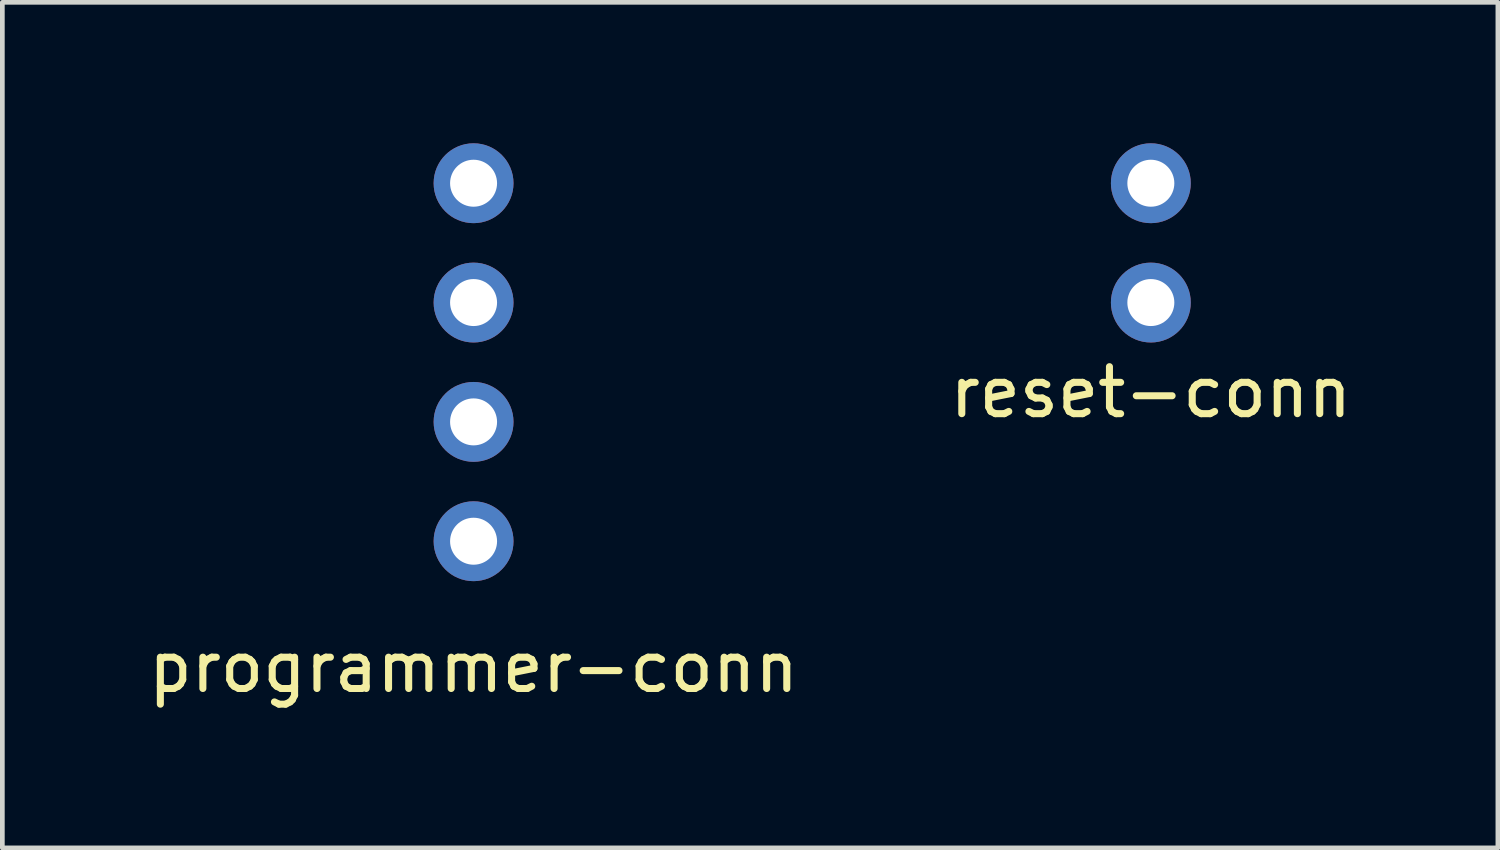
<source format=kicad_pcb>
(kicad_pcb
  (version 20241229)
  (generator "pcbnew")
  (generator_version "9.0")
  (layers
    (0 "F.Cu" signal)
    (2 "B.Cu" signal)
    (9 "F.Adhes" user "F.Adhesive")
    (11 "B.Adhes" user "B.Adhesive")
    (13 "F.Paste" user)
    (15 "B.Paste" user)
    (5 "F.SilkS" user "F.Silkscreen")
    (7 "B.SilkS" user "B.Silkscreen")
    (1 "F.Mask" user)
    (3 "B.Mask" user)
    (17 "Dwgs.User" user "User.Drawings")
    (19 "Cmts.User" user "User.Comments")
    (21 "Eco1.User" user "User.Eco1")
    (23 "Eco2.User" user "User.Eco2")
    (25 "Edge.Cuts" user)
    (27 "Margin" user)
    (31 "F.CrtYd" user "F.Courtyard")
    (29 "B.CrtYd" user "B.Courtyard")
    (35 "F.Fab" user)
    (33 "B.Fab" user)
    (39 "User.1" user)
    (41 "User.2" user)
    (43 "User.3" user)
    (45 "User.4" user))
  (footprint "reset-conn"
    (layer "F.Cu")
    (at 21.446 0.85)
    (property "Reference" "reset-conn" (at 0 4.45 0) (layer "F.SilkS") (effects (font (size 1 1) (thickness 0.15))))
    (attr through_hole)
    (pad "1" thru_hole circle (at 0 0) (size 1.7 1.7) (drill 1) (layers "*.Cu" "*.Mask"))
    (pad "2" thru_hole oval (at 0 2.54) (size 1.7 1.7) (drill 1) (layers "*.Cu" "*.Mask")))
  (footprint "programmer-conn"
    (layer "F.Cu")
    (at 7.03 0.85)
    (property "Reference" "programmer-conn" (at 0 10.3 0) (layer "F.SilkS") (effects (font (size 1 1) (thickness 0.15))))
    (attr through_hole)
    (pad "1" thru_hole circle (at 0 0) (size 1.7 1.7) (drill 1) (layers "*.Cu" "*.Mask"))
    (pad "2" thru_hole oval (at 0 2.54) (size 1.7 1.7) (drill 1) (layers "*.Cu" "*.Mask"))
    (pad "3" thru_hole oval (at 0 5.08) (size 1.7 1.7) (drill 1) (layers "*.Cu" "*.Mask"))
    (pad "4" thru_hole oval (at 0 7.62) (size 1.7 1.7) (drill 1) (layers "*.Cu" "*.Mask")))
  (gr_rect
    (start -3 -3)
    (end 28.833 14.998)
    (stroke (width 0.1) (type default))
    (fill no)
    (layer "Edge.Cuts")))
</source>
